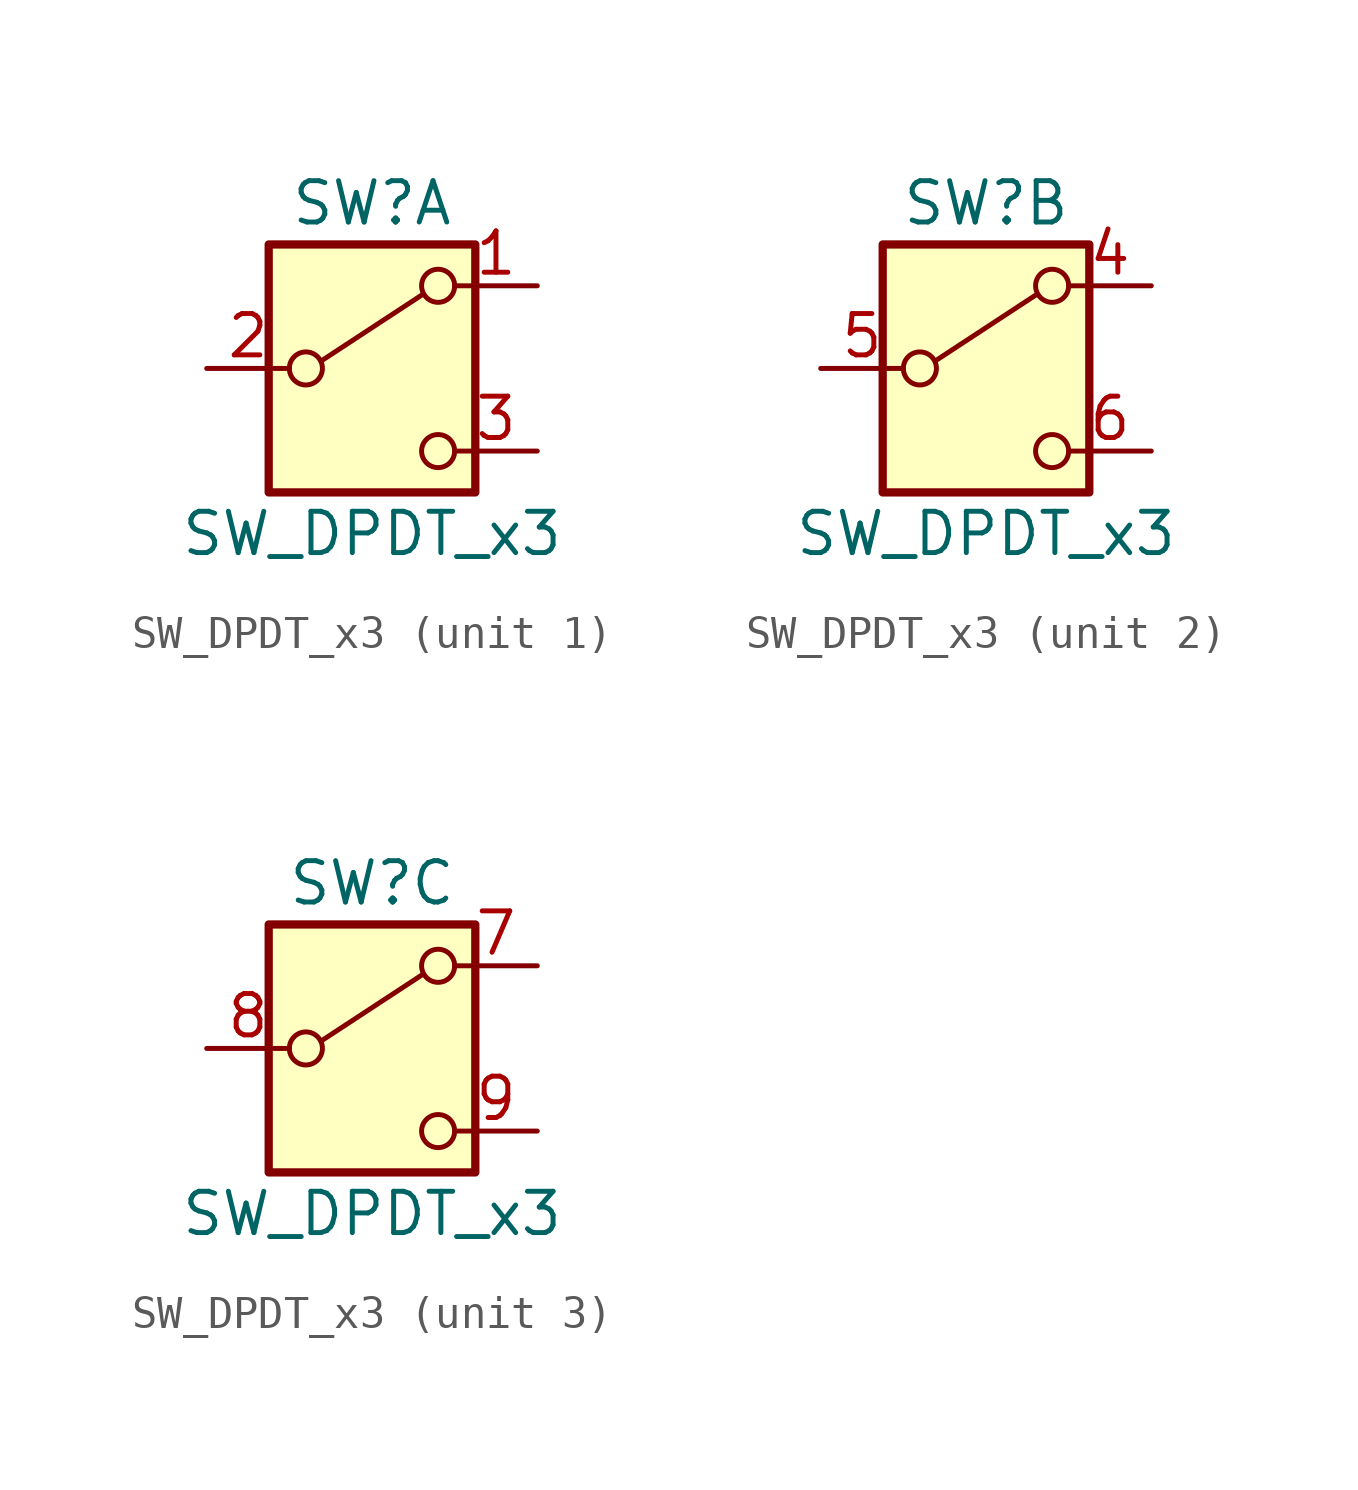
<source format=kicad_sym>
(kicad_symbol_lib
  (version 20231120)
  (generator "kicad_symbol_editor")
  (generator_version "8.0")
  (symbol "SW_DPDT_x3"
    (pin_names
      (offset 0) hide)
    (property "Reference" "SW"
      (at 0 5.08 0)
      (effects (font (size 1.27 1.27))))
    (property "Value" "SW_DPDT_x3"
      (at 0 -5.08 0)
      (effects (font (size 1.27 1.27))))
    (symbol "SW_DPDT_x3_0_0"
      (circle (center -2.032 0) (radius 0.508) (stroke (width 0) (type default)) (fill (type none)))
      (circle (center 2.032 -2.54) (radius 0.508) (stroke (width 0) (type default)) (fill (type none))))
    (symbol "SW_DPDT_x3_0_1"
      (rectangle (start -3.175 3.81) (end 3.175 -3.81) (stroke (width 0.254) (type default)) (fill (type background)))
      (polyline (pts (xy -1.524 0.254) (xy 1.575 2.286)) (stroke (width 0) (type default)) (fill (type none)))
      (circle (center 2.032 2.54) (radius 0.508) (stroke (width 0) (type default)) (fill (type none))))
    (symbol "SW_DPDT_x3_1_1"
      (pin passive line (at 5.08 2.54 180) (length 2.54) (name "A" (effects (font (size 1.27 1.27)))) (number "1" (effects (font (size 1.27 1.27)))))
      (pin passive line (at -5.08 0 0) (length 2.54) (name "B" (effects (font (size 1.27 1.27)))) (number "2" (effects (font (size 1.27 1.27)))))
      (pin passive line (at 5.08 -2.54 180) (length 2.54) (name "C" (effects (font (size 1.27 1.27)))) (number "3" (effects (font (size 1.27 1.27))))))
    (symbol "SW_DPDT_x3_2_1"
      (pin passive line (at 5.08 2.54 180) (length 2.54) (name "A" (effects (font (size 1.27 1.27)))) (number "4" (effects (font (size 1.27 1.27)))))
      (pin passive line (at -5.08 0 0) (length 2.54) (name "B" (effects (font (size 1.27 1.27)))) (number "5" (effects (font (size 1.27 1.27)))))
      (pin passive line (at 5.08 -2.54 180) (length 2.54) (name "C" (effects (font (size 1.27 1.27)))) (number "6" (effects (font (size 1.27 1.27))))))
    (symbol "SW_DPDT_x3_3_1"
      (pin passive line (at 5.08 2.54 180) (length 2.54) (name "A" (effects (font (size 1.27 1.27)))) (number "7" (effects (font (size 1.27 1.27)))))
      (pin passive line (at -5.08 0 0) (length 2.54) (name "B" (effects (font (size 1.27 1.27)))) (number "8" (effects (font (size 1.27 1.27)))))
      (pin passive line (at 5.08 -2.54 180) (length 2.54) (name "C" (effects (font (size 1.27 1.27)))) (number "9" (effects (font (size 1.27 1.27))))))))
</source>
